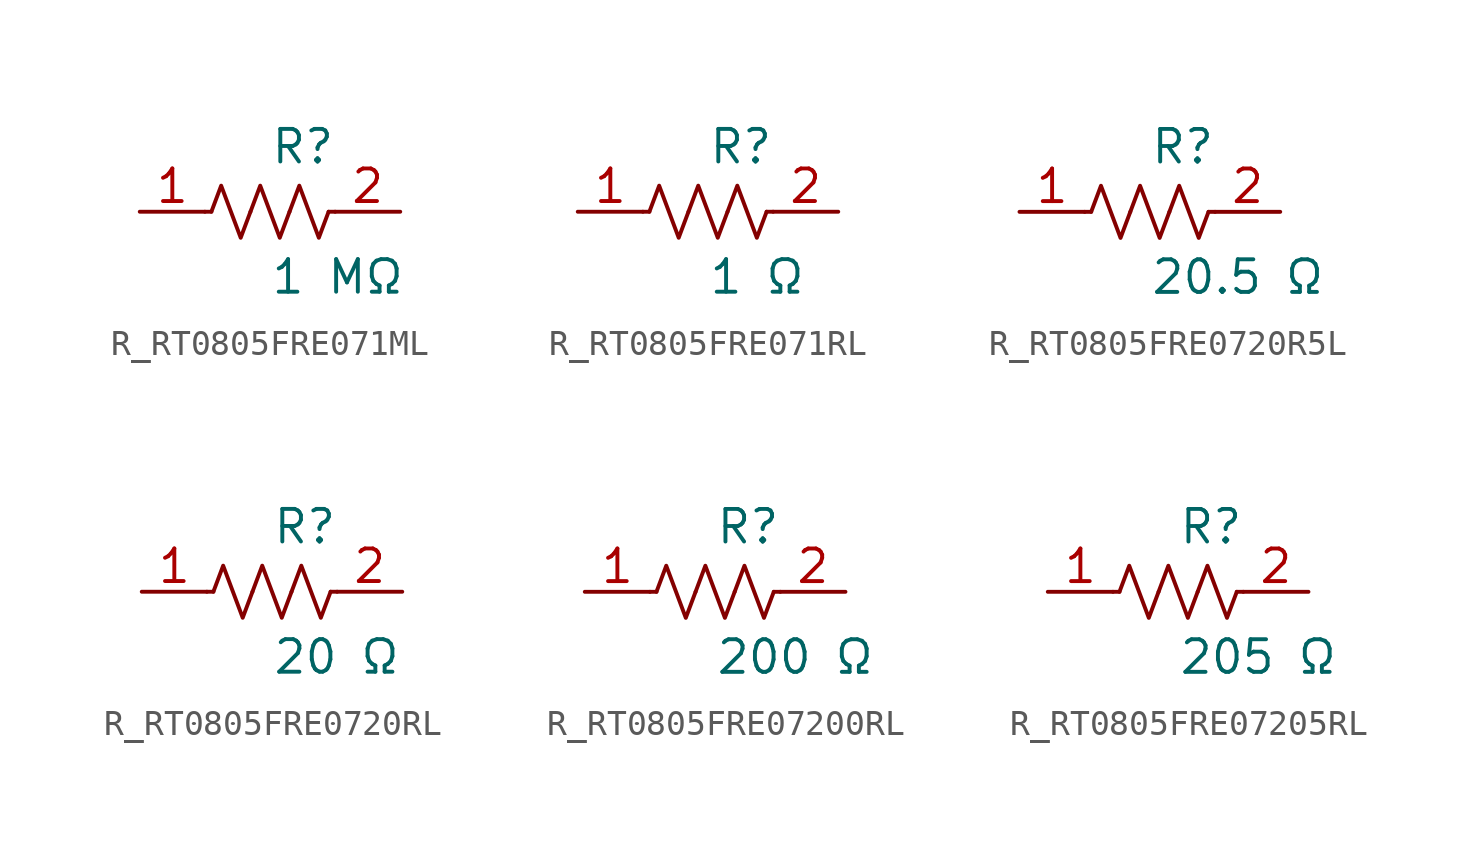
<source format=kicad_sym>
(kicad_symbol_lib
  (version 20231120)
  (generator kicad_symbol_editor)
  (generator_version 8.0)
  (symbol "R_RT0805FRE071ML"
    (pin_names
      (offset 0.254))
    (property "Reference" "R"
      (at 0.0 2.54 0)
      (effects (font (size 1.27 1.27)) (justify left)))
    (property "Value" "1 MΩ"
      (at 0.0 -2.54 0)
      (effects (font (size 1.27 1.27)) (justify left)))
    (symbol "R_RT0805FRE071ML_0_1"
      (polyline (pts (xy 2.286 0) (xy 2.54 0)) (stroke (width 0) (type default)) (fill (type none)))
      (polyline (pts (xy -2.286 0) (xy -2.54 0)) (stroke (width 0) (type default)) (fill (type none)))
      (polyline (pts (xy 0.762 0) (xy 1.143 1.016) (xy 1.524 0) (xy 1.905 -1.016) (xy 2.286 0)) (stroke (width 0) (type default)) (fill (type none)))
      (polyline (pts (xy -0.762 0) (xy -0.381 1.016) (xy 0 0) (xy 0.381 -1.016) (xy 0.762 0)) (stroke (width 0) (type default)) (fill (type none)))
      (polyline (pts (xy -2.286 0) (xy -1.905 1.016) (xy -1.524 0) (xy -1.143 -1.016) (xy -0.762 0)) (stroke (width 0) (type default)) (fill (type none))))
    (pin unspecified line
      (at -5.08 0 0)
      (length 2.54)
      (name "" (effects (font (size 1.27 1.27))))
      (number "1" (effects (font (size 1.27 1.27)))))
    (pin unspecified line
      (at 5.08 0 180)
      (length 2.54)
      (name "" (effects (font (size 1.27 1.27))))
      (number "2" (effects (font (size 1.27 1.27))))))
  (symbol "R_RT0805FRE071RL"
    (pin_names
      (offset 0.254))
    (property "Reference" "R"
      (at 0.0 2.54 0)
      (effects (font (size 1.27 1.27)) (justify left)))
    (property "Value" "1 Ω"
      (at 0.0 -2.54 0)
      (effects (font (size 1.27 1.27)) (justify left)))
    (symbol "R_RT0805FRE071RL_0_1"
      (polyline (pts (xy 2.286 0) (xy 2.54 0)) (stroke (width 0) (type default)) (fill (type none)))
      (polyline (pts (xy -2.286 0) (xy -2.54 0)) (stroke (width 0) (type default)) (fill (type none)))
      (polyline (pts (xy 0.762 0) (xy 1.143 1.016) (xy 1.524 0) (xy 1.905 -1.016) (xy 2.286 0)) (stroke (width 0) (type default)) (fill (type none)))
      (polyline (pts (xy -0.762 0) (xy -0.381 1.016) (xy 0 0) (xy 0.381 -1.016) (xy 0.762 0)) (stroke (width 0) (type default)) (fill (type none)))
      (polyline (pts (xy -2.286 0) (xy -1.905 1.016) (xy -1.524 0) (xy -1.143 -1.016) (xy -0.762 0)) (stroke (width 0) (type default)) (fill (type none))))
    (pin unspecified line
      (at -5.08 0 0)
      (length 2.54)
      (name "" (effects (font (size 1.27 1.27))))
      (number "1" (effects (font (size 1.27 1.27)))))
    (pin unspecified line
      (at 5.08 0 180)
      (length 2.54)
      (name "" (effects (font (size 1.27 1.27))))
      (number "2" (effects (font (size 1.27 1.27))))))
  (symbol "R_RT0805FRE0720R5L"
    (pin_names
      (offset 0.254))
    (property "Reference" "R"
      (at 0.0 2.54 0)
      (effects (font (size 1.27 1.27)) (justify left)))
    (property "Value" "20.5 Ω"
      (at 0.0 -2.54 0)
      (effects (font (size 1.27 1.27)) (justify left)))
    (symbol "R_RT0805FRE0720R5L_0_1"
      (polyline (pts (xy 2.286 0) (xy 2.54 0)) (stroke (width 0) (type default)) (fill (type none)))
      (polyline (pts (xy -2.286 0) (xy -2.54 0)) (stroke (width 0) (type default)) (fill (type none)))
      (polyline (pts (xy 0.762 0) (xy 1.143 1.016) (xy 1.524 0) (xy 1.905 -1.016) (xy 2.286 0)) (stroke (width 0) (type default)) (fill (type none)))
      (polyline (pts (xy -0.762 0) (xy -0.381 1.016) (xy 0 0) (xy 0.381 -1.016) (xy 0.762 0)) (stroke (width 0) (type default)) (fill (type none)))
      (polyline (pts (xy -2.286 0) (xy -1.905 1.016) (xy -1.524 0) (xy -1.143 -1.016) (xy -0.762 0)) (stroke (width 0) (type default)) (fill (type none))))
    (pin unspecified line
      (at -5.08 0 0)
      (length 2.54)
      (name "" (effects (font (size 1.27 1.27))))
      (number "1" (effects (font (size 1.27 1.27)))))
    (pin unspecified line
      (at 5.08 0 180)
      (length 2.54)
      (name "" (effects (font (size 1.27 1.27))))
      (number "2" (effects (font (size 1.27 1.27))))))
  (symbol "R_RT0805FRE0720RL"
    (pin_names
      (offset 0.254))
    (property "Reference" "R"
      (at 0.0 2.54 0)
      (effects (font (size 1.27 1.27)) (justify left)))
    (property "Value" "20 Ω"
      (at 0.0 -2.54 0)
      (effects (font (size 1.27 1.27)) (justify left)))
    (symbol "R_RT0805FRE0720RL_0_1"
      (polyline (pts (xy 2.286 0) (xy 2.54 0)) (stroke (width 0) (type default)) (fill (type none)))
      (polyline (pts (xy -2.286 0) (xy -2.54 0)) (stroke (width 0) (type default)) (fill (type none)))
      (polyline (pts (xy 0.762 0) (xy 1.143 1.016) (xy 1.524 0) (xy 1.905 -1.016) (xy 2.286 0)) (stroke (width 0) (type default)) (fill (type none)))
      (polyline (pts (xy -0.762 0) (xy -0.381 1.016) (xy 0 0) (xy 0.381 -1.016) (xy 0.762 0)) (stroke (width 0) (type default)) (fill (type none)))
      (polyline (pts (xy -2.286 0) (xy -1.905 1.016) (xy -1.524 0) (xy -1.143 -1.016) (xy -0.762 0)) (stroke (width 0) (type default)) (fill (type none))))
    (pin unspecified line
      (at -5.08 0 0)
      (length 2.54)
      (name "" (effects (font (size 1.27 1.27))))
      (number "1" (effects (font (size 1.27 1.27)))))
    (pin unspecified line
      (at 5.08 0 180)
      (length 2.54)
      (name "" (effects (font (size 1.27 1.27))))
      (number "2" (effects (font (size 1.27 1.27))))))
  (symbol "R_RT0805FRE07200RL"
    (pin_names
      (offset 0.254))
    (property "Reference" "R"
      (at 0.0 2.54 0)
      (effects (font (size 1.27 1.27)) (justify left)))
    (property "Value" "200 Ω"
      (at 0.0 -2.54 0)
      (effects (font (size 1.27 1.27)) (justify left)))
    (symbol "R_RT0805FRE07200RL_0_1"
      (polyline (pts (xy 2.286 0) (xy 2.54 0)) (stroke (width 0) (type default)) (fill (type none)))
      (polyline (pts (xy -2.286 0) (xy -2.54 0)) (stroke (width 0) (type default)) (fill (type none)))
      (polyline (pts (xy 0.762 0) (xy 1.143 1.016) (xy 1.524 0) (xy 1.905 -1.016) (xy 2.286 0)) (stroke (width 0) (type default)) (fill (type none)))
      (polyline (pts (xy -0.762 0) (xy -0.381 1.016) (xy 0 0) (xy 0.381 -1.016) (xy 0.762 0)) (stroke (width 0) (type default)) (fill (type none)))
      (polyline (pts (xy -2.286 0) (xy -1.905 1.016) (xy -1.524 0) (xy -1.143 -1.016) (xy -0.762 0)) (stroke (width 0) (type default)) (fill (type none))))
    (pin unspecified line
      (at -5.08 0 0)
      (length 2.54)
      (name "" (effects (font (size 1.27 1.27))))
      (number "1" (effects (font (size 1.27 1.27)))))
    (pin unspecified line
      (at 5.08 0 180)
      (length 2.54)
      (name "" (effects (font (size 1.27 1.27))))
      (number "2" (effects (font (size 1.27 1.27))))))
  (symbol "R_RT0805FRE07205RL"
    (pin_names
      (offset 0.254))
    (property "Reference" "R"
      (at 0.0 2.54 0)
      (effects (font (size 1.27 1.27)) (justify left)))
    (property "Value" "205 Ω"
      (at 0.0 -2.54 0)
      (effects (font (size 1.27 1.27)) (justify left)))
    (symbol "R_RT0805FRE07205RL_0_1"
      (polyline (pts (xy 2.286 0) (xy 2.54 0)) (stroke (width 0) (type default)) (fill (type none)))
      (polyline (pts (xy -2.286 0) (xy -2.54 0)) (stroke (width 0) (type default)) (fill (type none)))
      (polyline (pts (xy 0.762 0) (xy 1.143 1.016) (xy 1.524 0) (xy 1.905 -1.016) (xy 2.286 0)) (stroke (width 0) (type default)) (fill (type none)))
      (polyline (pts (xy -0.762 0) (xy -0.381 1.016) (xy 0 0) (xy 0.381 -1.016) (xy 0.762 0)) (stroke (width 0) (type default)) (fill (type none)))
      (polyline (pts (xy -2.286 0) (xy -1.905 1.016) (xy -1.524 0) (xy -1.143 -1.016) (xy -0.762 0)) (stroke (width 0) (type default)) (fill (type none))))
    (pin unspecified line
      (at -5.08 0 0)
      (length 2.54)
      (name "" (effects (font (size 1.27 1.27))))
      (number "1" (effects (font (size 1.27 1.27)))))
    (pin unspecified line
      (at 5.08 0 180)
      (length 2.54)
      (name "" (effects (font (size 1.27 1.27))))
      (number "2" (effects (font (size 1.27 1.27)))))))
</source>
